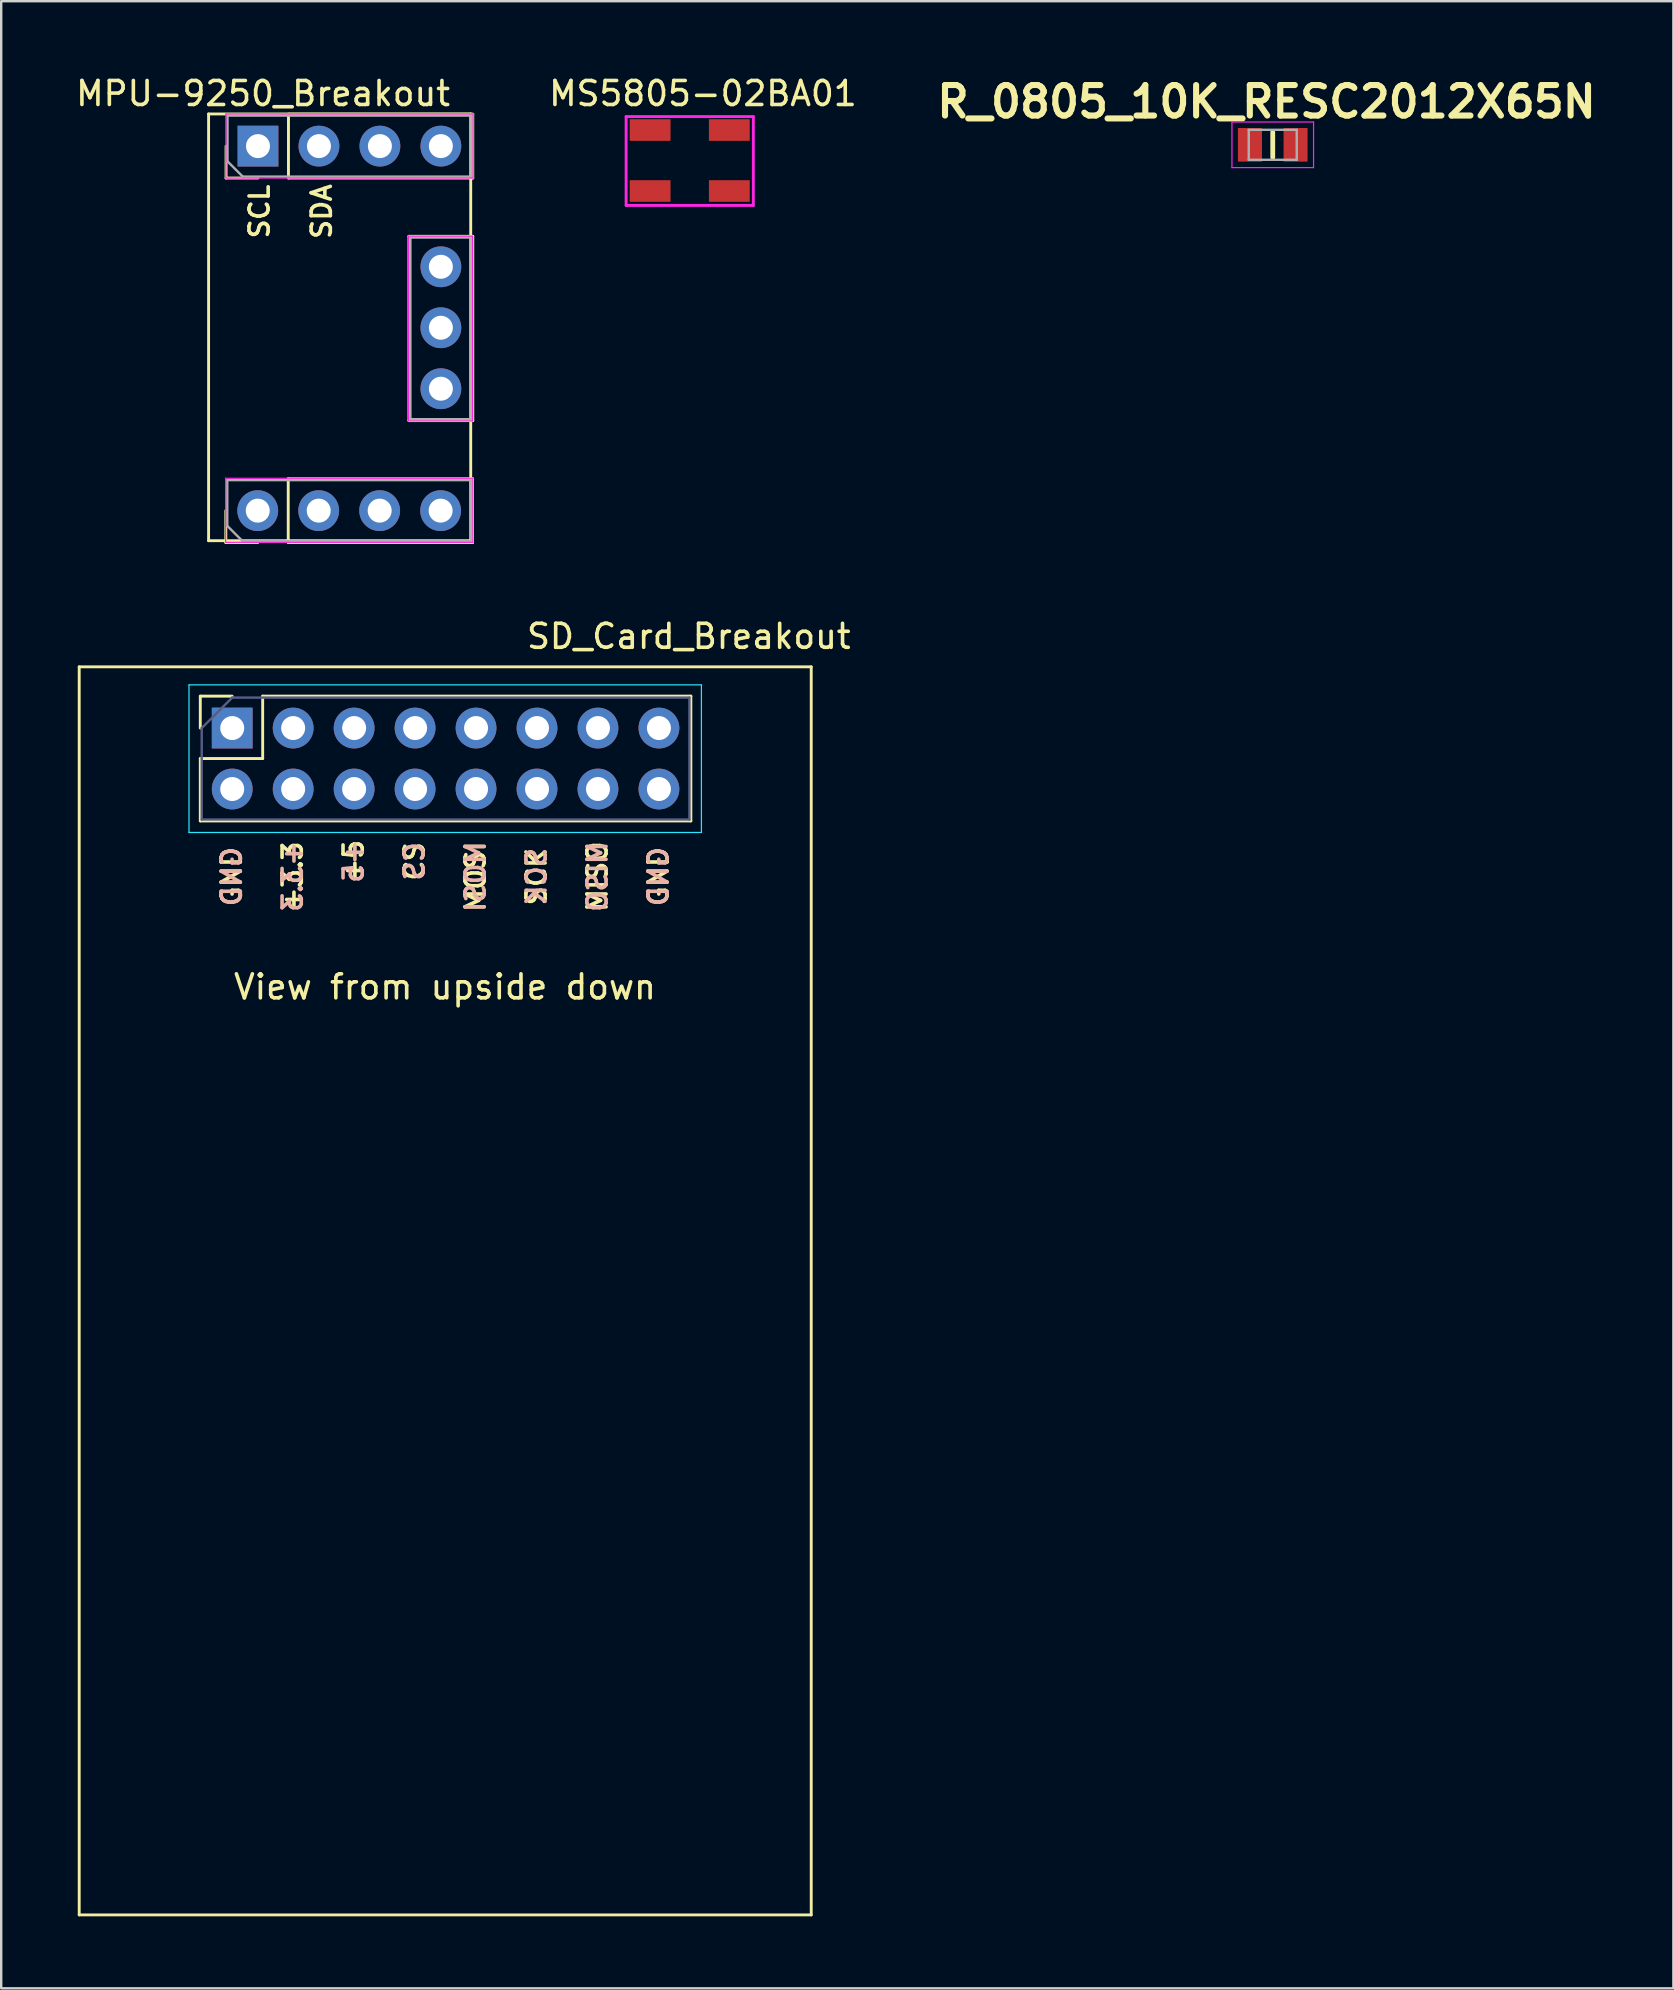
<source format=kicad_pcb>
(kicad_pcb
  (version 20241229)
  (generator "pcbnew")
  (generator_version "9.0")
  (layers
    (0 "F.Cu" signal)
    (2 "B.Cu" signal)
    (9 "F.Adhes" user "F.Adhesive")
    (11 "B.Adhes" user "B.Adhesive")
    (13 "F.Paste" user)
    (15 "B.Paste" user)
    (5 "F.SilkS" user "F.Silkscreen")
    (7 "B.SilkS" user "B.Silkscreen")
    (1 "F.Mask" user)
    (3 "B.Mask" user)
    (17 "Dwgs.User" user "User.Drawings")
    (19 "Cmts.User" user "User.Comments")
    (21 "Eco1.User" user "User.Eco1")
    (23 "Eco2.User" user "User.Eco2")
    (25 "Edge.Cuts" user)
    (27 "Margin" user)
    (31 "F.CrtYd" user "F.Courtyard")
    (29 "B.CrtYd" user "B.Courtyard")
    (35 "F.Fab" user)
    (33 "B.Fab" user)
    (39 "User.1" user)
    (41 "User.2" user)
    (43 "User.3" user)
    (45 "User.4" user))
  (footprint "MS5805-02BA01"
    (layer "F.Cu")
    (at 24.038 4.908)
    (property "Reference" "MS5805-02BA01" (at 2.2 -4.06 0) (layer "F.SilkS") (effects (font (size 1 1) (thickness 0.15))))
    (attr through_hole)
    (fp_line (start -1 -3.1) (end 4.3 -3.1) (stroke (width 0.12) (type solid)) (layer "F.CrtYd"))
    (fp_line (start -1 0.6) (end -1 -3.1) (stroke (width 0.12) (type solid)) (layer "F.CrtYd"))
    (fp_line (start 4.3 -3.1) (end 4.3 0.6) (stroke (width 0.12) (type solid)) (layer "F.CrtYd"))
    (fp_line (start 4.3 0.6) (end -1 0.6) (stroke (width 0.12) (type solid)) (layer "F.CrtYd"))
    (pad "1" smd rect (at 0 -2.54) (size 1.7 0.9) (layers "F.Cu" "F.Mask" "F.Paste"))
    (pad "2" smd rect (at 0 0) (size 1.7 0.9) (layers "F.Cu" "F.Mask" "F.Paste"))
    (pad "3" smd rect (at 3.3 -2.54) (size 1.7 0.9) (layers "F.Cu" "F.Mask" "F.Paste"))
    (pad "4" smd rect (at 3.3 0) (size 1.7 0.9) (layers "F.Cu" "F.Mask" "F.Paste")))
  (footprint "SD_Card_Breakout"
    (layer "F.Cu")
    (at 0.25 24.735)
    (property "Reference" "SD_Card_Breakout" (at 25.4 -1.27 0) (layer "F.SilkS") (effects (font (size 1 1) (thickness 0.15))))
    (attr through_hole)
    (fp_line (start 0 0) (end 30.5 0) (stroke (width 0.12) (type solid)) (layer "F.SilkS"))
    (fp_line (start 0 52) (end 0 0) (stroke (width 0.12) (type solid)) (layer "F.SilkS"))
    (fp_line (start 0 52) (end 30.5 52) (stroke (width 0.12) (type solid)) (layer "F.SilkS"))
    (fp_line (start 5.045 1.22) (end 5.045 2.55) (stroke (width 0.12) (type solid)) (layer "F.SilkS"))
    (fp_line (start 5.045 3.82) (end 5.045 6.42) (stroke (width 0.12) (type solid)) (layer "F.SilkS"))
    (fp_line (start 5.045 6.42) (end 25.485 6.42) (stroke (width 0.12) (type solid)) (layer "F.SilkS"))
    (fp_line (start 6.375 1.22) (end 5.045 1.22) (stroke (width 0.12) (type solid)) (layer "F.SilkS"))
    (fp_line (start 7.645 1.22) (end 7.645 3.82) (stroke (width 0.12) (type solid)) (layer "F.SilkS"))
    (fp_line (start 7.645 1.22) (end 25.485 1.22) (stroke (width 0.12) (type solid)) (layer "F.SilkS"))
    (fp_line (start 7.645 3.82) (end 5.045 3.82) (stroke (width 0.12) (type solid)) (layer "F.SilkS"))
    (fp_line (start 25.485 1.22) (end 25.485 6.42) (stroke (width 0.12) (type solid)) (layer "F.SilkS"))
    (fp_line (start 30.5 52) (end 30.5 0) (stroke (width 0.12) (type solid)) (layer "F.SilkS"))
    (fp_line (start 4.575 0.75) (end 25.925 0.75) (stroke (width 0.05) (type solid)) (layer "B.CrtYd"))
    (fp_line (start 4.575 6.9) (end 4.575 0.75) (stroke (width 0.05) (type solid)) (layer "B.CrtYd"))
    (fp_line (start 25.925 0.75) (end 25.925 6.9) (stroke (width 0.05) (type solid)) (layer "B.CrtYd"))
    (fp_line (start 25.925 6.9) (end 4.575 6.9) (stroke (width 0.05) (type solid)) (layer "B.CrtYd"))
    (fp_line (start 5.105 2.55) (end 5.105 6.36) (stroke (width 0.1) (type solid)) (layer "B.Fab"))
    (fp_line (start 5.105 6.36) (end 25.425 6.36) (stroke (width 0.1) (type solid)) (layer "B.Fab"))
    (fp_line (start 6.375 1.28) (end 5.105 2.55) (stroke (width 0.1) (type solid)) (layer "B.Fab"))
    (fp_line (start 25.425 1.28) (end 6.375 1.28) (stroke (width 0.1) (type solid)) (layer "B.Fab"))
    (fp_line (start 25.425 6.36) (end 25.425 1.28) (stroke (width 0.1) (type solid)) (layer "B.Fab"))
    (fp_text user "GND" (at 6.35 8.74 90) (layer "F.SilkS") (effects (font (size 0.8 0.8) (thickness 0.15))))
    (fp_text user "+3.3" (at 8.89 8.74 90) (layer "F.SilkS") (effects (font (size 0.8 0.8) (thickness 0.15))))
    (fp_text user "CS" (at 13.97 8.105 90) (layer "F.SilkS") (effects (font (size 0.8 0.8) (thickness 0.15))))
    (fp_text user "GND" (at 24.13 8.74 90) (layer "F.SilkS") (effects (font (size 0.8 0.8) (thickness 0.15))))
    (fp_text user "View from upside down" (at 15.24 13.335 0) (layer "F.SilkS") (effects (font (size 1 1) (thickness 0.15))))
    (fp_text user "MISO" (at 21.59 8.74 90) (layer "F.SilkS") (effects (font (size 0.8 0.8) (thickness 0.15))))
    (fp_text user "MOSI" (at 16.51 8.74 90) (layer "F.SilkS") (effects (font (size 0.8 0.8) (thickness 0.15))))
    (fp_text user "SCK" (at 19.05 8.74 90) (layer "F.SilkS") (effects (font (size 0.8 0.8) (thickness 0.15))))
    (fp_text user "+5" (at 11.43 8.105 90) (layer "F.SilkS") (effects (font (size 0.8 0.8) (thickness 0.15))))
    (fp_text user "MOSI" (at 16.51 8.74 90) (layer "B.SilkS") (effects (font (size 0.8 0.8) (thickness 0.15)) (justify mirror)))
    (fp_text user "+3.3" (at 8.89 8.74 270) (layer "B.SilkS") (effects (font (size 0.8 0.8) (thickness 0.15)) (justify mirror)))
    (fp_text user "+5" (at 11.43 8.105 90) (layer "B.SilkS") (effects (font (size 0.8 0.8) (thickness 0.15)) (justify mirror)))
    (fp_text user "MISO" (at 21.59 8.74 90) (layer "B.SilkS") (effects (font (size 0.8 0.8) (thickness 0.15)) (justify mirror)))
    (fp_text user "CS" (at 13.97 8.105 90) (layer "B.SilkS") (effects (font (size 0.8 0.8) (thickness 0.15)) (justify mirror)))
    (fp_text user "GND" (at 24.13 8.74 90) (layer "B.SilkS") (effects (font (size 0.8 0.8) (thickness 0.15)) (justify mirror)))
    (fp_text user "SCK" (at 19.05 8.74 90) (layer "B.SilkS") (effects (font (size 0.8 0.8) (thickness 0.15)) (justify mirror)))
    (fp_text user "GND" (at 6.35 8.74 270) (layer "B.SilkS") (effects (font (size 0.8 0.8) (thickness 0.15)) (justify mirror)))
    (pad "1" thru_hole rect (at 6.375 2.55 270) (size 1.7 1.7) (drill 1) (layers "*.Cu" "*.Mask"))
    (pad "1" thru_hole oval (at 6.375 5.09 270) (size 1.7 1.7) (drill 1) (layers "*.Cu" "*.Mask"))
    (pad "2" thru_hole oval (at 8.915 2.55 270) (size 1.7 1.7) (drill 1) (layers "*.Cu" "*.Mask"))
    (pad "2" thru_hole oval (at 8.915 5.09 270) (size 1.7 1.7) (drill 1) (layers "*.Cu" "*.Mask"))
    (pad "3" thru_hole oval (at 11.455 2.55 270) (size 1.7 1.7) (drill 1) (layers "*.Cu" "*.Mask"))
    (pad "3" thru_hole oval (at 11.455 5.09 270) (size 1.7 1.7) (drill 1) (layers "*.Cu" "*.Mask"))
    (pad "4" thru_hole oval (at 13.995 2.55 270) (size 1.7 1.7) (drill 1) (layers "*.Cu" "*.Mask"))
    (pad "4" thru_hole oval (at 13.995 5.09 270) (size 1.7 1.7) (drill 1) (layers "*.Cu" "*.Mask"))
    (pad "5" thru_hole oval (at 16.535 2.55 270) (size 1.7 1.7) (drill 1) (layers "*.Cu" "*.Mask"))
    (pad "5" thru_hole oval (at 16.535 5.09 270) (size 1.7 1.7) (drill 1) (layers "*.Cu" "*.Mask"))
    (pad "6" thru_hole oval (at 19.075 2.55 270) (size 1.7 1.7) (drill 1) (layers "*.Cu" "*.Mask"))
    (pad "6" thru_hole oval (at 19.075 5.09 270) (size 1.7 1.7) (drill 1) (layers "*.Cu" "*.Mask"))
    (pad "7" thru_hole oval (at 21.615 2.55 270) (size 1.7 1.7) (drill 1) (layers "*.Cu" "*.Mask"))
    (pad "7" thru_hole oval (at 21.615 5.09 270) (size 1.7 1.7) (drill 1) (layers "*.Cu" "*.Mask"))
    (pad "8" thru_hole oval (at 24.155 2.55 270) (size 1.7 1.7) (drill 1) (layers "*.Cu" "*.Mask"))
    (pad "8" thru_hole oval (at 24.155 5.09 270) (size 1.7 1.7) (drill 1) (layers "*.Cu" "*.Mask")))
  (footprint "R_0805_10K_RESC2012X65N"
    (layer "F.Cu")
    (at 49.98 2.984)
    (property "Reference" "R_0805_10K_RESC2012X65N" (at -0.26 -1.795 0) (layer "F.SilkS") (effects (font (size 1.27 1.27) (thickness 0.254))))
    (attr smd)
    (fp_line (start 0 -0.525) (end 0 0.525) (stroke (width 0.2) (type solid)) (layer "F.SilkS"))
    (fp_line (start -1.7 -0.95) (end 1.7 -0.95) (stroke (width 0.05) (type solid)) (layer "F.CrtYd"))
    (fp_line (start -1.7 0.95) (end -1.7 -0.95) (stroke (width 0.05) (type solid)) (layer "F.CrtYd"))
    (fp_line (start 1.7 -0.95) (end 1.7 0.95) (stroke (width 0.05) (type solid)) (layer "F.CrtYd"))
    (fp_line (start 1.7 0.95) (end -1.7 0.95) (stroke (width 0.05) (type solid)) (layer "F.CrtYd"))
    (fp_line (start -1 -0.625) (end 1 -0.625) (stroke (width 0.1) (type solid)) (layer "F.Fab"))
    (fp_line (start -1 0.625) (end -1 -0.625) (stroke (width 0.1) (type solid)) (layer "F.Fab"))
    (fp_line (start 1 -0.625) (end 1 0.625) (stroke (width 0.1) (type solid)) (layer "F.Fab"))
    (fp_line (start 1 0.625) (end -1 0.625) (stroke (width 0.1) (type solid)) (layer "F.Fab"))
    (pad "1" smd rect (at -0.95 0) (size 1 1.4) (layers "F.Cu" "F.Mask" "F.Paste"))
    (pad "2" smd rect (at 0.95 0) (size 1 1.4) (layers "F.Cu" "F.Mask" "F.Paste")))
  (footprint "MPU-9250_Breakout"
    (layer "F.Cu")
    (at 5.641 1.698)
    (property "Reference" "MPU-9250_Breakout" (at 2.27 -0.85 0) (layer "F.SilkS") (effects (font (size 1 1) (thickness 0.15))))
    (attr through_hole)
    (fp_line (start 0 0) (end 0 17.78) (stroke (width 0.12) (type solid)) (layer "F.SilkS"))
    (fp_line (start 0 0) (end 10.922 0) (stroke (width 0.12) (type solid)) (layer "F.SilkS"))
    (fp_line (start 0 17.78) (end 10.922 17.78) (stroke (width 0.12) (type solid)) (layer "F.SilkS"))
    (fp_line (start 0.718 17.858) (end 0.718 16.528) (stroke (width 0.12) (type solid)) (layer "F.SilkS"))
    (fp_line (start 0.728 2.67) (end 0.728 1.34) (stroke (width 0.12) (type solid)) (layer "F.SilkS"))
    (fp_line (start 2.048 17.858) (end 0.718 17.858) (stroke (width 0.12) (type solid)) (layer "F.SilkS"))
    (fp_line (start 2.058 2.67) (end 0.728 2.67) (stroke (width 0.12) (type solid)) (layer "F.SilkS"))
    (fp_line (start 3.318 15.198) (end 10.998 15.198) (stroke (width 0.12) (type solid)) (layer "F.SilkS"))
    (fp_line (start 3.318 17.858) (end 3.318 15.198) (stroke (width 0.12) (type solid)) (layer "F.SilkS"))
    (fp_line (start 3.318 17.858) (end 10.998 17.858) (stroke (width 0.12) (type solid)) (layer "F.SilkS"))
    (fp_line (start 3.328 0.01) (end 11.008 0.01) (stroke (width 0.12) (type solid)) (layer "F.SilkS"))
    (fp_line (start 3.328 2.67) (end 3.328 0.01) (stroke (width 0.12) (type solid)) (layer "F.SilkS"))
    (fp_line (start 3.328 2.67) (end 11.008 2.67) (stroke (width 0.12) (type solid)) (layer "F.SilkS"))
    (fp_line (start 8.348 5.098) (end 8.348 12.778) (stroke (width 0.12) (type solid)) (layer "F.SilkS"))
    (fp_line (start 8.348 5.098) (end 11.008 5.098) (stroke (width 0.12) (type solid)) (layer "F.SilkS"))
    (fp_line (start 8.348 12.778) (end 11.008 12.778) (stroke (width 0.12) (type solid)) (layer "F.SilkS"))
    (fp_line (start 10.922 0) (end 10.922 17.78) (stroke (width 0.12) (type solid)) (layer "F.SilkS"))
    (fp_line (start 10.998 17.858) (end 10.998 15.198) (stroke (width 0.12) (type solid)) (layer "F.SilkS"))
    (fp_line (start 11.008 2.67) (end 11.008 0.01) (stroke (width 0.12) (type solid)) (layer "F.SilkS"))
    (fp_line (start 11.008 5.098) (end 11.008 12.778) (stroke (width 0.12) (type solid)) (layer "F.SilkS"))
    (fp_line (start 0.71 15.18) (end 0.71 17.84) (stroke (width 0.05) (type solid)) (layer "F.CrtYd"))
    (fp_line (start 0.71 15.18) (end 11.01 15.18) (stroke (width 0.05) (type solid)) (layer "F.CrtYd"))
    (fp_line (start 0.71 17.85) (end 11.01 17.85) (stroke (width 0.05) (type solid)) (layer "F.CrtYd"))
    (fp_line (start 0.72 0) (end 0.72 2.66) (stroke (width 0.05) (type solid)) (layer "F.CrtYd"))
    (fp_line (start 0.72 0) (end 11.02 0) (stroke (width 0.05) (type solid)) (layer "F.CrtYd"))
    (fp_line (start 0.72 2.67) (end 11.02 2.67) (stroke (width 0.05) (type solid)) (layer "F.CrtYd"))
    (fp_line (start 8.33 5.09) (end 11 5.09) (stroke (width 0.05) (type solid)) (layer "F.CrtYd"))
    (fp_line (start 8.33 12.79) (end 8.33 5.09) (stroke (width 0.05) (type solid)) (layer "F.CrtYd"))
    (fp_line (start 8.33 12.79) (end 11 12.79) (stroke (width 0.05) (type solid)) (layer "F.CrtYd"))
    (fp_line (start 11 12.79) (end 11 5.09) (stroke (width 0.05) (type solid)) (layer "F.CrtYd"))
    (fp_line (start 11.01 15.18) (end 11.01 17.85) (stroke (width 0.05) (type solid)) (layer "F.CrtYd"))
    (fp_line (start 11.02 0) (end 11.02 2.67) (stroke (width 0.05) (type solid)) (layer "F.CrtYd"))
    (fp_line (start 0.778 15.258) (end 10.938 15.258) (stroke (width 0.1) (type solid)) (layer "F.Fab"))
    (fp_line (start 0.778 17.163) (end 0.778 15.258) (stroke (width 0.1) (type solid)) (layer "F.Fab"))
    (fp_line (start 0.788 0.07) (end 10.948 0.07) (stroke (width 0.1) (type solid)) (layer "F.Fab"))
    (fp_line (start 0.788 1.975) (end 0.788 0.07) (stroke (width 0.1) (type solid)) (layer "F.Fab"))
    (fp_line (start 1.413 17.798) (end 0.778 17.163) (stroke (width 0.1) (type solid)) (layer "F.Fab"))
    (fp_line (start 1.423 2.61) (end 0.788 1.975) (stroke (width 0.1) (type solid)) (layer "F.Fab"))
    (fp_line (start 8.408 12.718) (end 8.408 5.16) (stroke (width 0.1) (type solid)) (layer "F.Fab"))
    (fp_line (start 10.938 15.258) (end 10.938 17.798) (stroke (width 0.1) (type solid)) (layer "F.Fab"))
    (fp_line (start 10.938 17.798) (end 1.413 17.798) (stroke (width 0.1) (type solid)) (layer "F.Fab"))
    (fp_line (start 10.948 0.07) (end 10.948 2.61) (stroke (width 0.1) (type solid)) (layer "F.Fab"))
    (fp_line (start 10.948 2.61) (end 1.423 2.61) (stroke (width 0.1) (type solid)) (layer "F.Fab"))
    (fp_line (start 10.948 5.16) (end 10.948 12.718) (stroke (width 0.1) (type solid)) (layer "F.Fab"))
    (fp_line (start 10.948 12.718) (end 8.408 12.718) (stroke (width 0.1) (type solid)) (layer "F.Fab"))
    (fp_line (start 10.958 5.15) (end 8.418 5.15) (stroke (width 0.1) (type solid)) (layer "F.Fab"))
    (fp_text user "SCL" (at 2.12 4.064 90) (layer "F.SilkS") (effects (font (size 0.8 0.8) (thickness 0.15))))
    (fp_text user "SDA" (at 4.71 4.064 90) (layer "F.SilkS") (effects (font (size 0.8 0.8) (thickness 0.15))))
    (pad "1" thru_hole rect (at 2.058 1.34 90) (size 1.7 1.7) (drill 1) (layers "*.Cu" "*.Mask"))
    (pad "2" thru_hole oval (at 4.598 1.34 90) (size 1.7 1.7) (drill 1) (layers "*.Cu" "*.Mask"))
    (pad "3" thru_hole oval (at 7.138 1.34 90) (size 1.7 1.7) (drill 1) (layers "*.Cu" "*.Mask"))
    (pad "4" thru_hole oval (at 9.678 1.34 90) (size 1.7 1.7) (drill 1) (layers "*.Cu" "*.Mask"))
    (pad "5" thru_hole oval (at 9.678 6.368) (size 1.7 1.7) (drill 1) (layers "*.Cu" "*.Mask"))
    (pad "6" thru_hole oval (at 9.678 8.908) (size 1.7 1.7) (drill 1) (layers "*.Cu" "*.Mask"))
    (pad "7" thru_hole oval (at 9.678 11.448) (size 1.7 1.7) (drill 1) (layers "*.Cu" "*.Mask"))
    (pad "8" thru_hole oval (at 9.668 16.528 90) (size 1.7 1.7) (drill 1) (layers "*.Cu" "*.Mask"))
    (pad "9" thru_hole oval (at 7.128 16.528 90) (size 1.7 1.7) (drill 1) (layers "*.Cu" "*.Mask"))
    (pad "10" thru_hole oval (at 4.588 16.528 90) (size 1.7 1.7) (drill 1) (layers "*.Cu" "*.Mask"))
    (pad "11" thru_hole oval (at 2.048 16.528 90) (size 1.7 1.7) (drill 1) (layers "*.Cu" "*.Mask")))
  (gr_rect
    (start -3 -3)
    (end 66.672 79.794)
    (stroke (width 0.1) (type default))
    (fill no)
    (layer "Edge.Cuts")))
</source>
